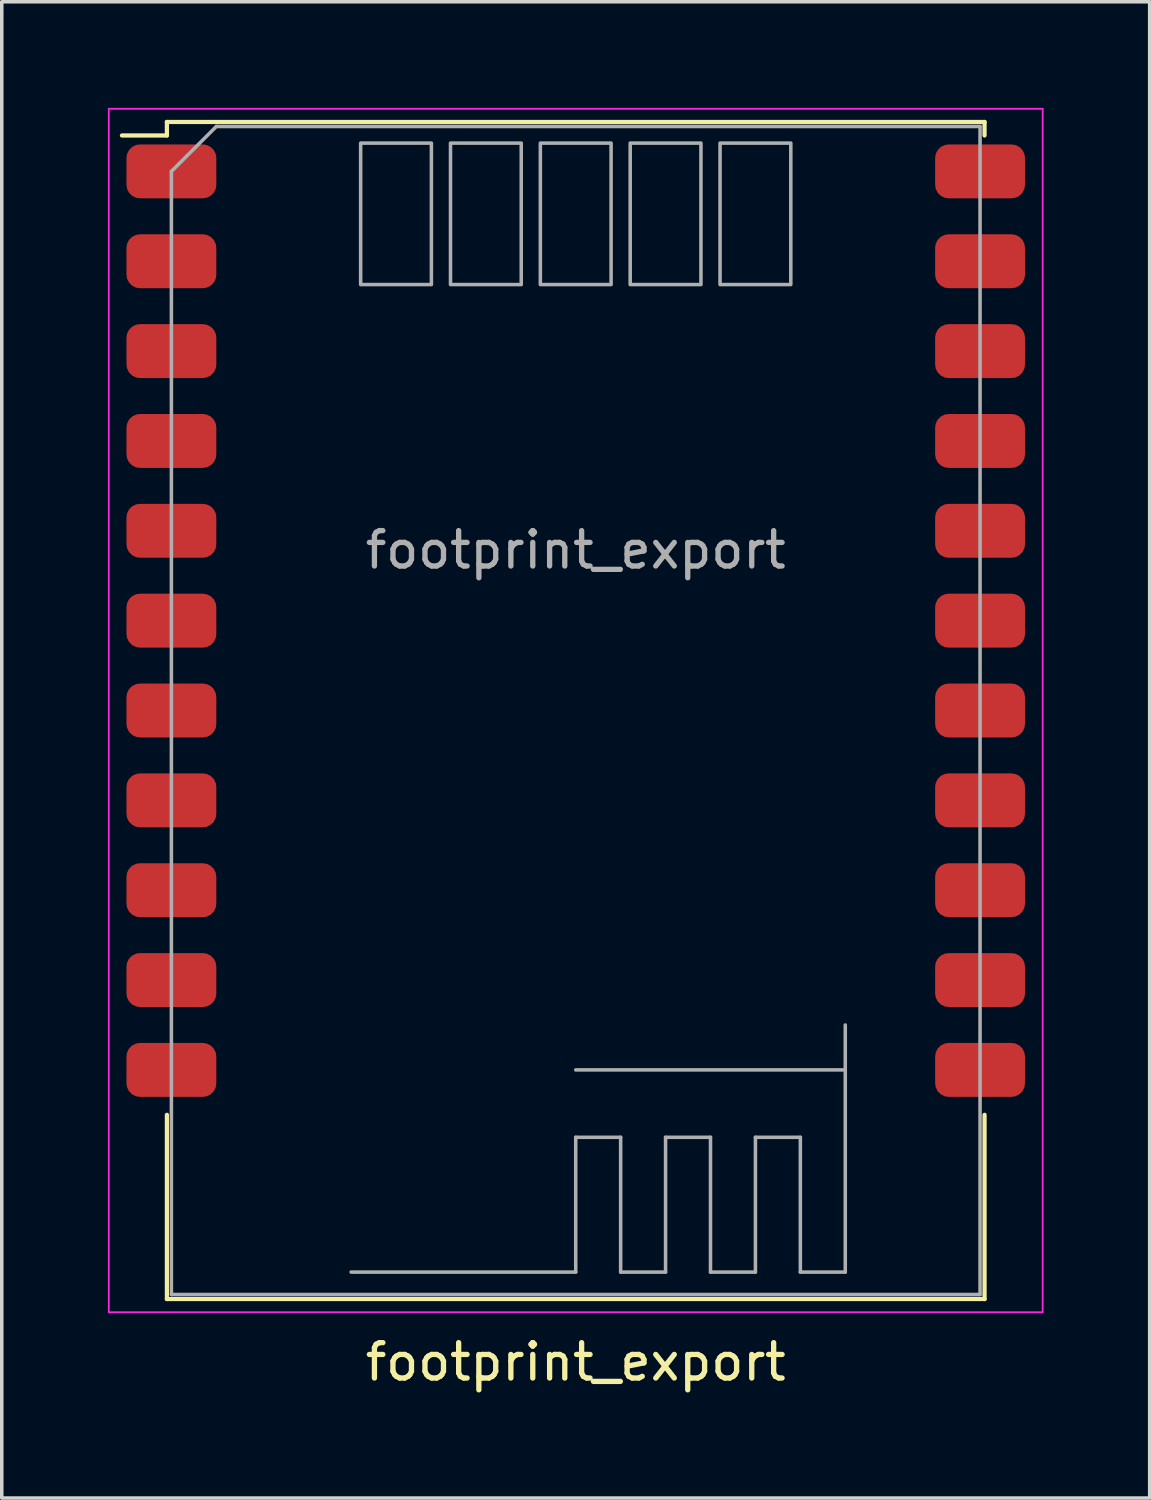
<source format=kicad_pcb>
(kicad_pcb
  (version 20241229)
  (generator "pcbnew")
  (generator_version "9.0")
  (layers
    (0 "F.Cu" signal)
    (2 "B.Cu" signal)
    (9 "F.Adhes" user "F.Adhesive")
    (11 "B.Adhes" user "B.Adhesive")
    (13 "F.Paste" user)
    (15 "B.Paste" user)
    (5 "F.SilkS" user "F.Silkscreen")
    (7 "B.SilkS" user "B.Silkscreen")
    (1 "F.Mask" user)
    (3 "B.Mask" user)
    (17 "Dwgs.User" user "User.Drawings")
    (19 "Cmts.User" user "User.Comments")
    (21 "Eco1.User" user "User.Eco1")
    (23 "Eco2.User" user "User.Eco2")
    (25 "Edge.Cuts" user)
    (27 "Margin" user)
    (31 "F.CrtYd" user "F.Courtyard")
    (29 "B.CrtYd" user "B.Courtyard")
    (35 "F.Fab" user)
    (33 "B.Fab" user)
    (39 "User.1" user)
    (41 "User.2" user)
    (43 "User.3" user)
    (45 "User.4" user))
  (footprint "footprint_export"
    (layer "F.Cu")
    (at 13.225 14.495)
    (property "Reference" "footprint_export" (at 0 20.955 0) (layer "F.SilkS") (effects (font (size 1 1) (thickness 0.15))))
    (attr smd)
    (fp_line (start -11.557 -14.097) (end -11.557 -13.716) (stroke (width 0.12) (type solid)) (layer "F.SilkS"))
    (fp_line (start -11.557 -13.716) (end -12.827 -13.716) (stroke (width 0.12) (type solid)) (layer "F.SilkS"))
    (fp_line (start -11.557 13.97) (end -11.557 19.177) (stroke (width 0.12) (type solid)) (layer "F.SilkS"))
    (fp_line (start -11.557 19.177) (end 11.557 19.177) (stroke (width 0.12) (type solid)) (layer "F.SilkS"))
    (fp_line (start 11.557 -14.097) (end -11.557 -14.097) (stroke (width 0.12) (type solid)) (layer "F.SilkS"))
    (fp_line (start 11.557 -13.716) (end 11.557 -14.097) (stroke (width 0.12) (type solid)) (layer "F.SilkS"))
    (fp_line (start 11.557 19.177) (end 11.557 13.97) (stroke (width 0.12) (type solid)) (layer "F.SilkS"))
    (fp_line (start -13.2 -14.47) (end -13.2 19.55) (stroke (width 0.05) (type solid)) (layer "F.CrtYd"))
    (fp_line (start -13.2 19.55) (end 13.2 19.55) (stroke (width 0.05) (type solid)) (layer "F.CrtYd"))
    (fp_line (start 13.2 -14.47) (end -13.2 -14.47) (stroke (width 0.05) (type solid)) (layer "F.CrtYd"))
    (fp_line (start 13.2 19.55) (end 13.2 -14.47) (stroke (width 0.05) (type solid)) (layer "F.CrtYd"))
    (fp_line (start -11.43 -12.7) (end -11.43 19.05) (stroke (width 0.1) (type solid)) (layer "F.Fab"))
    (fp_line (start -11.43 19.05) (end 11.43 19.05) (stroke (width 0.1) (type solid)) (layer "F.Fab"))
    (fp_line (start -10.16 -13.97) (end -11.43 -12.7) (stroke (width 0.1) (type solid)) (layer "F.Fab"))
    (fp_line (start -10.16 -13.97) (end 11.43 -13.97) (stroke (width 0.1) (type solid)) (layer "F.Fab"))
    (fp_line (start -6.35 18.415) (end 0 18.415) (stroke (width 0.1) (type solid)) (layer "F.Fab"))
    (fp_line (start 0 14.605) (end 1.27 14.605) (stroke (width 0.1) (type solid)) (layer "F.Fab"))
    (fp_line (start 0 18.415) (end 0 14.605) (stroke (width 0.1) (type solid)) (layer "F.Fab"))
    (fp_line (start 1.27 14.605) (end 1.27 18.415) (stroke (width 0.1) (type solid)) (layer "F.Fab"))
    (fp_line (start 1.27 18.415) (end 2.54 18.415) (stroke (width 0.1) (type solid)) (layer "F.Fab"))
    (fp_line (start 2.54 14.605) (end 3.81 14.605) (stroke (width 0.1) (type solid)) (layer "F.Fab"))
    (fp_line (start 2.54 18.415) (end 2.54 14.605) (stroke (width 0.1) (type solid)) (layer "F.Fab"))
    (fp_line (start 3.81 14.605) (end 3.81 18.415) (stroke (width 0.1) (type solid)) (layer "F.Fab"))
    (fp_line (start 3.81 18.415) (end 5.08 18.415) (stroke (width 0.1) (type solid)) (layer "F.Fab"))
    (fp_line (start 5.08 14.605) (end 6.35 14.605) (stroke (width 0.1) (type solid)) (layer "F.Fab"))
    (fp_line (start 5.08 18.415) (end 5.08 14.605) (stroke (width 0.1) (type solid)) (layer "F.Fab"))
    (fp_line (start 6.35 14.605) (end 6.35 18.415) (stroke (width 0.1) (type solid)) (layer "F.Fab"))
    (fp_line (start 6.35 18.415) (end 7.62 18.415) (stroke (width 0.1) (type solid)) (layer "F.Fab"))
    (fp_line (start 7.62 12.7) (end 0 12.7) (stroke (width 0.1) (type solid)) (layer "F.Fab"))
    (fp_line (start 7.62 18.415) (end 7.62 11.43) (stroke (width 0.1) (type solid)) (layer "F.Fab"))
    (fp_line (start 11.43 -13.97) (end 11.43 19.05) (stroke (width 0.1) (type solid)) (layer "F.Fab"))
    (fp_poly (pts (xy -4.08 -9.5) (xy -6.08 -9.5) (xy -6.08 -13.5) (xy -4.08 -13.5)) (stroke (width 0.1) (type solid)) (fill no) (layer "F.Fab"))
    (fp_poly (pts (xy -1.54 -9.5) (xy -3.54 -9.5) (xy -3.54 -13.5) (xy -1.54 -13.5)) (stroke (width 0.1) (type solid)) (fill no) (layer "F.Fab"))
    (fp_poly (pts (xy 1 -9.5) (xy -1 -9.5) (xy -1 -13.5) (xy 1 -13.5)) (stroke (width 0.1) (type solid)) (fill no) (layer "F.Fab"))
    (fp_poly (pts (xy 3.54 -9.5) (xy 1.54 -9.5) (xy 1.54 -13.5) (xy 3.54 -13.5)) (stroke (width 0.1) (type solid)) (fill no) (layer "F.Fab"))
    (fp_poly (pts (xy 6.08 -9.5) (xy 4.08 -9.5) (xy 4.08 -13.5) (xy 6.08 -13.5)) (stroke (width 0.1) (type solid)) (fill no) (layer "F.Fab"))
    (fp_text user "${REFERENCE}" (at 0 -2 0) (unlocked yes) (layer "F.Fab") (effects (font (size 1 1) (thickness 0.15))))
    (pad "1" smd roundrect (at -11.43 -12.7) (size 2.54 1.524) (layers "F.Cu" "F.Mask" "F.Paste") (roundrect_rratio 0.25))
    (pad "2" smd roundrect (at -11.43 -10.16) (size 2.54 1.524) (layers "F.Cu" "F.Mask" "F.Paste") (roundrect_rratio 0.25))
    (pad "3" smd roundrect (at -11.43 -7.62) (size 2.54 1.524) (layers "F.Cu" "F.Mask" "F.Paste") (roundrect_rratio 0.25))
    (pad "4" smd roundrect (at -11.43 -5.08) (size 2.54 1.524) (layers "F.Cu" "F.Mask" "F.Paste") (roundrect_rratio 0.25))
    (pad "5" smd roundrect (at -11.43 -2.54) (size 2.54 1.524) (layers "F.Cu" "F.Mask" "F.Paste") (roundrect_rratio 0.25))
    (pad "6" smd roundrect (at -11.43 0) (size 2.54 1.524) (layers "F.Cu" "F.Mask" "F.Paste") (roundrect_rratio 0.25))
    (pad "7" smd roundrect (at -11.43 2.54) (size 2.54 1.524) (layers "F.Cu" "F.Mask" "F.Paste") (roundrect_rratio 0.25))
    (pad "8" smd roundrect (at -11.43 5.08) (size 2.54 1.524) (layers "F.Cu" "F.Mask" "F.Paste") (roundrect_rratio 0.25))
    (pad "9" smd roundrect (at -11.43 7.62) (size 2.54 1.524) (layers "F.Cu" "F.Mask" "F.Paste") (roundrect_rratio 0.25))
    (pad "10" smd roundrect (at -11.43 10.16) (size 2.54 1.524) (layers "F.Cu" "F.Mask" "F.Paste") (roundrect_rratio 0.25))
    (pad "11" smd roundrect (at -11.43 12.7) (size 2.54 1.524) (layers "F.Cu" "F.Mask" "F.Paste") (roundrect_rratio 0.25))
    (pad "12" smd roundrect (at 11.43 12.7) (size 2.54 1.524) (layers "F.Cu" "F.Mask" "F.Paste") (roundrect_rratio 0.25))
    (pad "13" smd roundrect (at 11.43 10.16) (size 2.54 1.524) (layers "F.Cu" "F.Mask" "F.Paste") (roundrect_rratio 0.25))
    (pad "14" smd roundrect (at 11.43 7.62) (size 2.54 1.524) (layers "F.Cu" "F.Mask" "F.Paste") (roundrect_rratio 0.25))
    (pad "15" smd roundrect (at 11.43 5.08) (size 2.54 1.524) (layers "F.Cu" "F.Mask" "F.Paste") (roundrect_rratio 0.25))
    (pad "16" smd roundrect (at 11.43 2.54) (size 2.54 1.524) (layers "F.Cu" "F.Mask" "F.Paste") (roundrect_rratio 0.25))
    (pad "17" smd roundrect (at 11.43 0) (size 2.54 1.524) (layers "F.Cu" "F.Mask" "F.Paste") (roundrect_rratio 0.25))
    (pad "18" smd roundrect (at 11.43 -2.54) (size 2.54 1.524) (layers "F.Cu" "F.Mask" "F.Paste") (roundrect_rratio 0.25))
    (pad "19" smd roundrect (at 11.43 -5.08) (size 2.54 1.524) (layers "F.Cu" "F.Mask" "F.Paste") (roundrect_rratio 0.25))
    (pad "20" smd roundrect (at 11.43 -7.62) (size 2.54 1.524) (layers "F.Cu" "F.Mask" "F.Paste") (roundrect_rratio 0.25))
    (pad "21" smd roundrect (at 11.43 -10.16) (size 2.54 1.524) (layers "F.Cu" "F.Mask" "F.Paste") (roundrect_rratio 0.25))
    (pad "22" smd roundrect (at 11.43 -12.7) (size 2.54 1.524) (layers "F.Cu" "F.Mask" "F.Paste") (roundrect_rratio 0.25))
    (zone (net_name "") (layer "F.Cu") (name "Exposed copper keepout") (hatch full 0.508) (connect_pads) (min_thickness 0.254) (filled_areas_thickness no) (keepout (tracks not_allowed) (vias not_allowed) (pads not_allowed) (copperpour not_allowed) (footprints allowed)) (placement (enabled no)) (fill) (polygon (pts (xy 20.225 5.995) (xy 6.225 5.995) (xy 6.225 0.495) (xy 20.225 0.495))))
    (zone (net_name "") (layers "F.Cu" "B.Cu") (name "Antenna Keepout") (hatch full 0.508) (connect_pads) (min_thickness 0.254) (filled_areas_thickness no) (keepout (tracks not_allowed) (vias not_allowed) (pads not_allowed) (copperpour not_allowed) (footprints not_allowed)) (placement (enabled no)) (fill) (polygon (pts (xy 22.75 28.465) (xy 25.29 28.465) (xy 25.29 34.18) (xy 1.16 34.18) (xy 1.16 28.465) (xy 3.7 28.465) (xy 3.7 25.925) (xy 22.75 25.925)))))
  (gr_rect
    (start -3 -3)
    (end 29.45 39.298)
    (stroke (width 0.1) (type default))
    (fill no)
    (layer "Edge.Cuts")))
</source>
